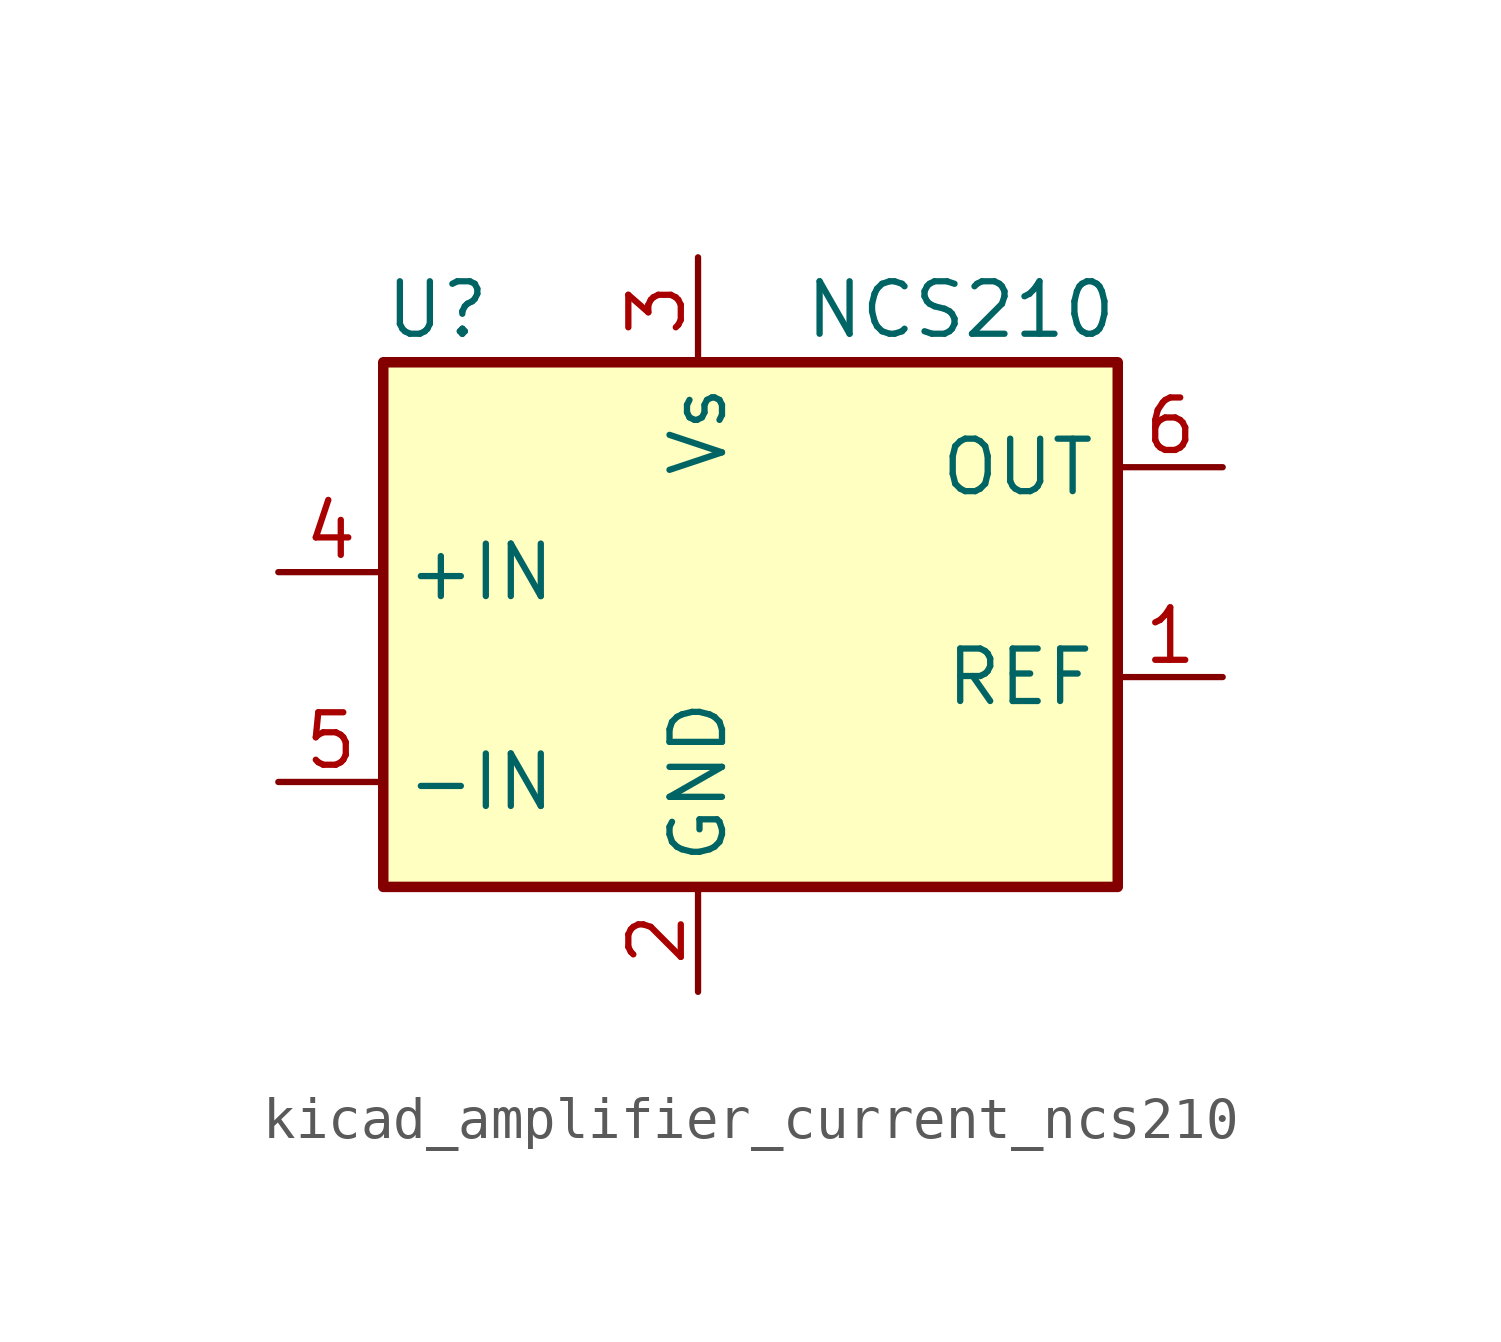
<source format=kicad_sym>
(kicad_symbol_lib
  (version 20220914)
  (generator kicad_symbol_editor)
  (symbol "kicad_amplifier_current_ncs210"
    (property "Reference" "U"
      (at -7.62 8.89 0)
      (effects (font (size 1.27 1.27)) (justify left)))
    (property "Value" "NCS210"
      (at 2.54 8.89 0)
      (effects (font (size 1.27 1.27)) (justify left)))
    (symbol "kicad_amplifier_current_ncs210_0_1"
      (rectangle (start -7.62 7.62) (end 10.16 -5.08) (stroke (width 0.254) (type default)) (fill (type background))))
    (symbol "kicad_amplifier_current_ncs210_1_1"
      (pin input line (at 12.7 0 180) (length 2.54) (name "REF" (effects (font (size 1.27 1.27)))) (number "1" (effects (font (size 1.27 1.27)))))
      (pin power_in line (at 0 -7.62 90) (length 2.54) (name "GND" (effects (font (size 1.27 1.27)))) (number "2" (effects (font (size 1.27 1.27)))))
      (pin power_in line (at 0 10.16 270) (length 2.54) (name "Vs" (effects (font (size 1.27 1.27)))) (number "3" (effects (font (size 1.27 1.27)))))
      (pin input line (at -10.16 2.54 0) (length 2.54) (name "+IN" (effects (font (size 1.27 1.27)))) (number "4" (effects (font (size 1.27 1.27)))))
      (pin input line (at -10.16 -2.54 0) (length 2.54) (name "-IN" (effects (font (size 1.27 1.27)))) (number "5" (effects (font (size 1.27 1.27)))))
      (pin output line (at 12.7 5.08 180) (length 2.54) (name "OUT" (effects (font (size 1.27 1.27)))) (number "6" (effects (font (size 1.27 1.27))))))))
</source>
